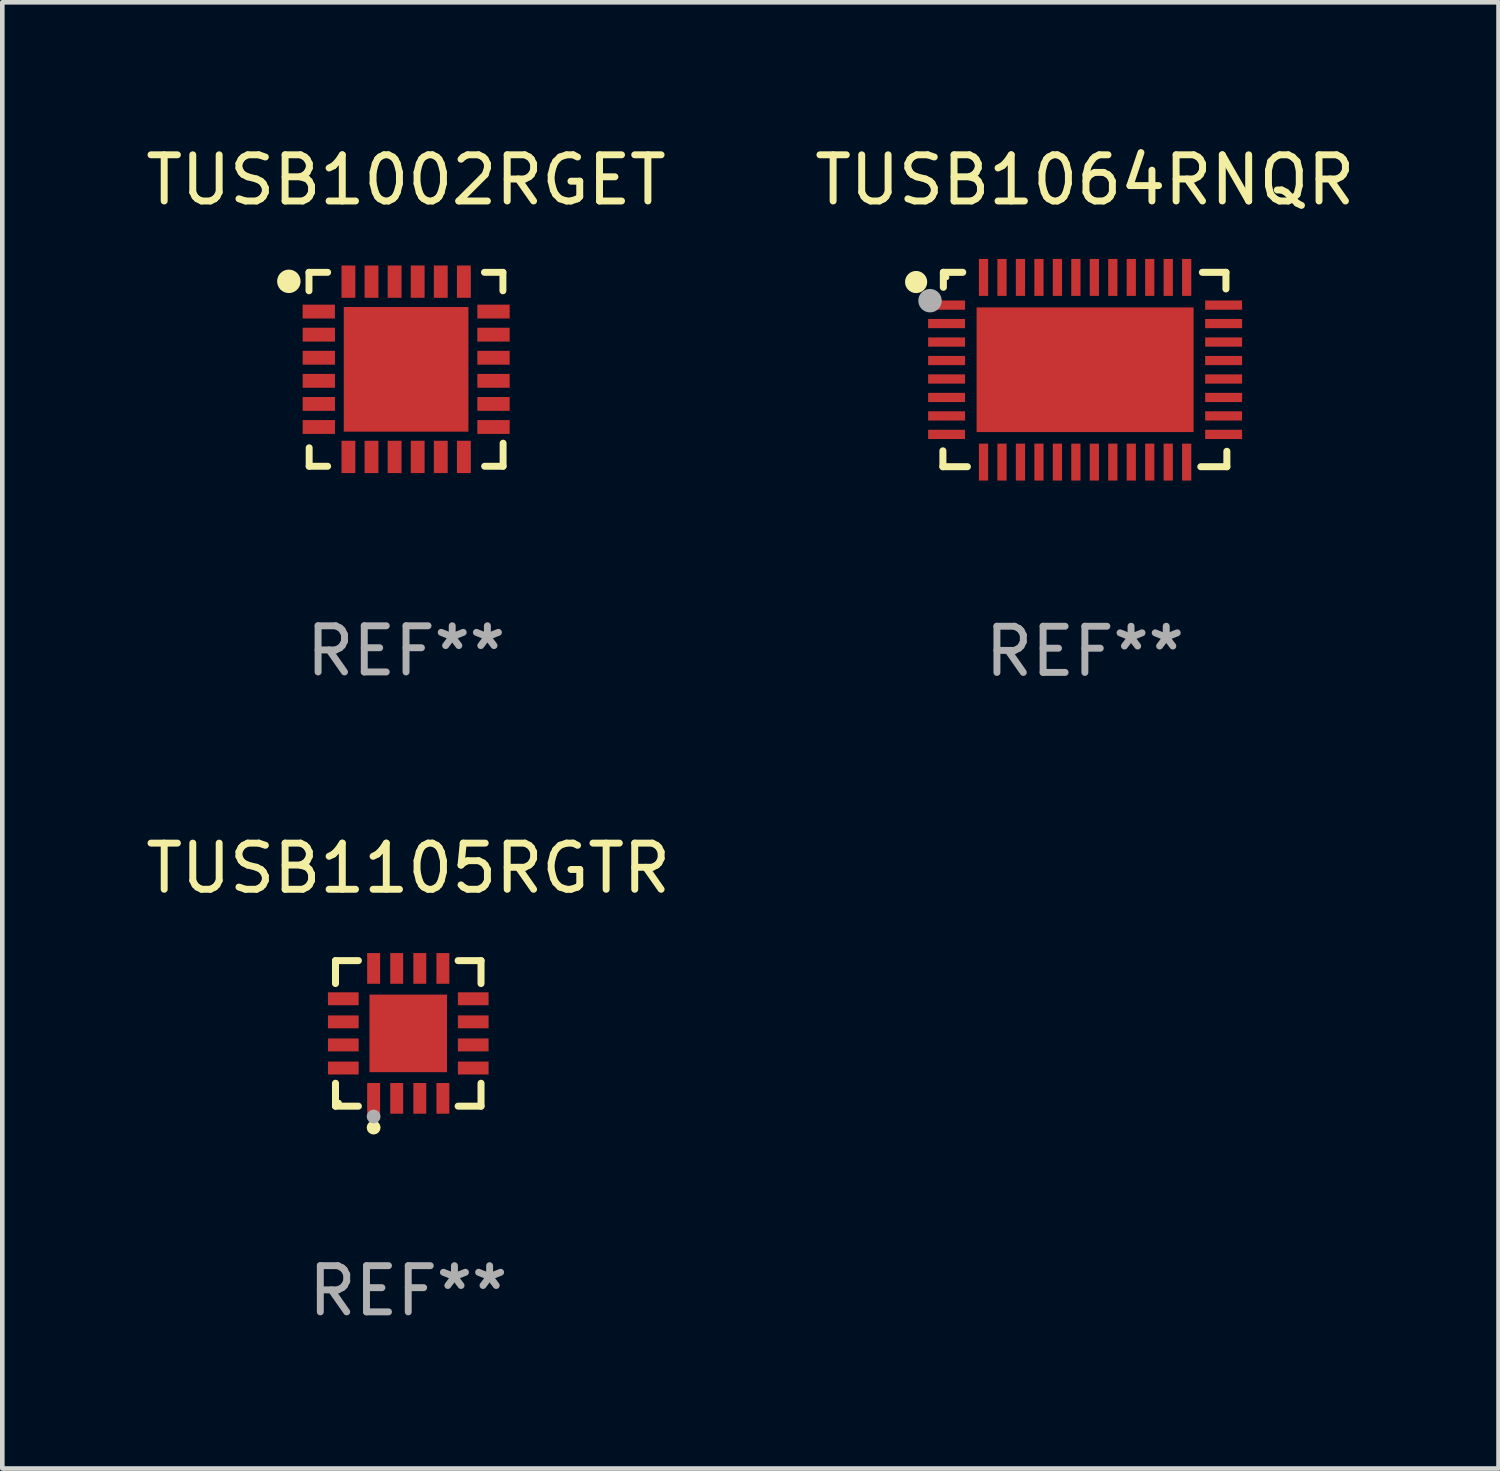
<source format=kicad_pcb>
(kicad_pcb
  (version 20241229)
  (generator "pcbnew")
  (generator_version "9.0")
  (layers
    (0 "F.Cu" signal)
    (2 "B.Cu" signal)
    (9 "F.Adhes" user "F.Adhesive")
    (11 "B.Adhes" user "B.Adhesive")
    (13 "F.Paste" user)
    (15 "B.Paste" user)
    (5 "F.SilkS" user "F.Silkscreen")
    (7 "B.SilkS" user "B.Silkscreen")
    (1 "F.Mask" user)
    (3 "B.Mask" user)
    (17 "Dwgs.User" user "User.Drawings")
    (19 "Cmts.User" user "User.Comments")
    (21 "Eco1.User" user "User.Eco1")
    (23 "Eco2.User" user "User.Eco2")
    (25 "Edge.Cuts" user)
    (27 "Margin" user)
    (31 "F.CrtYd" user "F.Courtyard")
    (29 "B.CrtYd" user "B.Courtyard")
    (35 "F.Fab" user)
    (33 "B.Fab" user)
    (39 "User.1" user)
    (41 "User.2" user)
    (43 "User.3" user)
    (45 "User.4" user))
  (footprint "TUSB1002RGET"
    (layer "F.Cu")
    (at 5.744 4.948)
    (property "Reference" "TUSB1002RGET" (at 0 -4.1 0) (layer "F.SilkS") (effects (font (size 1 1) (thickness 0.15))))
    (attr through_hole)
    (fp_line (start -2.102 -2.1) (end -1.698 -2.1) (stroke (width 0.15) (type solid)) (layer "F.SilkS"))
    (fp_line (start -2.102 -1.7) (end -2.102 -2.1) (stroke (width 0.15) (type solid)) (layer "F.SilkS"))
    (fp_line (start -2.098 1.7) (end -2.098 2.1) (stroke (width 0.15) (type solid)) (layer "F.SilkS"))
    (fp_line (start -2.098 2.1) (end -1.698 2.1) (stroke (width 0.15) (type solid)) (layer "F.SilkS"))
    (fp_line (start 1.698 -2.1) (end 2.098 -2.1) (stroke (width 0.15) (type solid)) (layer "F.SilkS"))
    (fp_line (start 2.098 -2.1) (end 2.098 -1.7) (stroke (width 0.15) (type solid)) (layer "F.SilkS"))
    (fp_line (start 2.102 1.6) (end 2.102 2.1) (stroke (width 0.15) (type solid)) (layer "F.SilkS"))
    (fp_line (start 2.102 2.1) (end 1.702 2.1) (stroke (width 0.15) (type solid)) (layer "F.SilkS"))
    (fp_circle (center -2.538 -1.905) (end -2.411 -1.905) (stroke (width 0.254) (type solid)) (fill no) (layer "F.SilkS"))
    (fp_text user "REF**" (at 0 6.1 0) (layer "F.Fab") (effects (font (size 1 1) (thickness 0.15))))
    (pad "1" smd rect (at -1.89 -1.25 90) (size 0.3 0.7) (layers "F.Cu" "F.Mask" "F.Paste"))
    (pad "2" smd rect (at -1.889 -0.75 90) (size 0.3 0.7) (layers "F.Cu" "F.Mask" "F.Paste"))
    (pad "3" smd rect (at -1.889 -0.25 90) (size 0.3 0.7) (layers "F.Cu" "F.Mask" "F.Paste"))
    (pad "4" smd rect (at -1.889 0.25 90) (size 0.3 0.7) (layers "F.Cu" "F.Mask" "F.Paste"))
    (pad "5" smd rect (at -1.889 0.75 90) (size 0.3 0.7) (layers "F.Cu" "F.Mask" "F.Paste"))
    (pad "6" smd rect (at -1.889 1.25 90) (size 0.3 0.7) (layers "F.Cu" "F.Mask" "F.Paste"))
    (pad "7" smd rect (at -1.248 1.898 180) (size 0.3 0.7) (layers "F.Cu" "F.Mask" "F.Paste"))
    (pad "8" smd rect (at -0.748 1.898 180) (size 0.3 0.7) (layers "F.Cu" "F.Mask" "F.Paste"))
    (pad "9" smd rect (at -0.248 1.898 180) (size 0.3 0.7) (layers "F.Cu" "F.Mask" "F.Paste"))
    (pad "10" smd rect (at 0.252 1.898 180) (size 0.3 0.7) (layers "F.Cu" "F.Mask" "F.Paste"))
    (pad "11" smd rect (at 0.752 1.898 180) (size 0.3 0.7) (layers "F.Cu" "F.Mask" "F.Paste"))
    (pad "12" smd rect (at 1.252 1.898 180) (size 0.3 0.7) (layers "F.Cu" "F.Mask" "F.Paste"))
    (pad "13" smd rect (at 1.894 1.25 270) (size 0.3 0.7) (layers "F.Cu" "F.Mask" "F.Paste"))
    (pad "14" smd rect (at 1.894 0.75 270) (size 0.3 0.7) (layers "F.Cu" "F.Mask" "F.Paste"))
    (pad "15" smd rect (at 1.894 0.25 270) (size 0.3 0.7) (layers "F.Cu" "F.Mask" "F.Paste"))
    (pad "16" smd rect (at 1.894 -0.25 270) (size 0.3 0.7) (layers "F.Cu" "F.Mask" "F.Paste"))
    (pad "17" smd rect (at 1.894 -0.75 270) (size 0.3 0.7) (layers "F.Cu" "F.Mask" "F.Paste"))
    (pad "18" smd rect (at 1.894 -1.25 270) (size 0.3 0.7) (layers "F.Cu" "F.Mask" "F.Paste"))
    (pad "19" smd rect (at 1.252 -1.898) (size 0.3 0.7) (layers "F.Cu" "F.Mask" "F.Paste"))
    (pad "20" smd rect (at 0.752 -1.898) (size 0.3 0.7) (layers "F.Cu" "F.Mask" "F.Paste"))
    (pad "21" smd rect (at 0.252 -1.898) (size 0.3 0.7) (layers "F.Cu" "F.Mask" "F.Paste"))
    (pad "22" smd rect (at -0.248 -1.898) (size 0.3 0.7) (layers "F.Cu" "F.Mask" "F.Paste"))
    (pad "23" smd rect (at -0.748 -1.898) (size 0.3 0.7) (layers "F.Cu" "F.Mask" "F.Paste"))
    (pad "24" smd rect (at -1.248 -1.898) (size 0.3 0.7) (layers "F.Cu" "F.Mask" "F.Paste"))
    (pad "25" smd rect (at 0.001 0.001) (size 2.7 2.7) (layers "F.Cu" "F.Mask" "F.Paste")))
  (footprint "TUSB1105RGTR"
    (layer "F.Cu")
    (at 5.792 19.331)
    (property "Reference" "TUSB1105RGTR" (at 0 -3.576 0) (layer "F.SilkS") (effects (font (size 1 1) (thickness 0.15))))
    (attr through_hole)
    (fp_line (start -1.576 -1.576) (end -1.08 -1.576) (stroke (width 0.152) (type solid)) (layer "F.SilkS"))
    (fp_line (start -1.576 -1.08) (end -1.576 -1.576) (stroke (width 0.152) (type solid)) (layer "F.SilkS"))
    (fp_line (start -1.576 1.08) (end -1.576 1.576) (stroke (width 0.152) (type solid)) (layer "F.SilkS"))
    (fp_line (start -1.576 1.576) (end -1.08 1.576) (stroke (width 0.152) (type solid)) (layer "F.SilkS"))
    (fp_line (start 1.576 -1.576) (end 1.08 -1.576) (stroke (width 0.152) (type solid)) (layer "F.SilkS"))
    (fp_line (start 1.576 -1.08) (end 1.576 -1.576) (stroke (width 0.152) (type solid)) (layer "F.SilkS"))
    (fp_line (start 1.576 1.08) (end 1.576 1.576) (stroke (width 0.152) (type solid)) (layer "F.SilkS"))
    (fp_line (start 1.576 1.576) (end 1.08 1.576) (stroke (width 0.152) (type solid)) (layer "F.SilkS"))
    (fp_circle (center -1.5 1.5) (end -1.47 1.5) (stroke (width 0.06) (type solid)) (fill no) (layer "F.SilkS"))
    (fp_circle (center -0.75 2.04) (end -0.675 2.04) (stroke (width 0.15) (type solid)) (fill no) (layer "F.SilkS"))
    (fp_circle (center -0.75 1.8) (end -0.675 1.8) (stroke (width 0.15) (type solid)) (fill no) (layer "F.Fab"))
    (fp_text user "REF**" (at 0 5.576 0) (layer "F.Fab") (effects (font (size 1 1) (thickness 0.15))))
    (pad "1" smd rect (at -0.75 1.407) (size 0.28 0.665) (layers "F.Cu" "F.Mask" "F.Paste"))
    (pad "2" smd rect (at -0.25 1.407) (size 0.28 0.665) (layers "F.Cu" "F.Mask" "F.Paste"))
    (pad "3" smd rect (at 0.25 1.407) (size 0.28 0.665) (layers "F.Cu" "F.Mask" "F.Paste"))
    (pad "4" smd rect (at 0.75 1.407) (size 0.28 0.665) (layers "F.Cu" "F.Mask" "F.Paste"))
    (pad "5" smd rect (at 1.407 0.75) (size 0.665 0.28) (layers "F.Cu" "F.Mask" "F.Paste"))
    (pad "6" smd rect (at 1.407 0.25) (size 0.665 0.28) (layers "F.Cu" "F.Mask" "F.Paste"))
    (pad "7" smd rect (at 1.407 -0.25) (size 0.665 0.28) (layers "F.Cu" "F.Mask" "F.Paste"))
    (pad "8" smd rect (at 1.407 -0.75) (size 0.665 0.28) (layers "F.Cu" "F.Mask" "F.Paste"))
    (pad "9" smd rect (at 0.75 -1.407) (size 0.28 0.665) (layers "F.Cu" "F.Mask" "F.Paste"))
    (pad "10" smd rect (at 0.25 -1.407) (size 0.28 0.665) (layers "F.Cu" "F.Mask" "F.Paste"))
    (pad "11" smd rect (at -0.25 -1.407) (size 0.28 0.665) (layers "F.Cu" "F.Mask" "F.Paste"))
    (pad "12" smd rect (at -0.75 -1.407) (size 0.28 0.665) (layers "F.Cu" "F.Mask" "F.Paste"))
    (pad "13" smd rect (at -1.407 -0.75) (size 0.665 0.28) (layers "F.Cu" "F.Mask" "F.Paste"))
    (pad "14" smd rect (at -1.407 -0.25) (size 0.665 0.28) (layers "F.Cu" "F.Mask" "F.Paste"))
    (pad "15" smd rect (at -1.407 0.25) (size 0.665 0.28) (layers "F.Cu" "F.Mask" "F.Paste"))
    (pad "16" smd rect (at -1.407 0.75) (size 0.665 0.28) (layers "F.Cu" "F.Mask" "F.Paste"))
    (pad "17" smd rect (at 0 0) (size 1.68 1.68) (layers "F.Cu" "F.Mask" "F.Paste")))
  (footprint "TUSB1064RNQR"
    (layer "F.Cu")
    (at 20.446 4.953)
    (property "Reference" "TUSB1064RNQR" (at 0 -4.105 0) (layer "F.SilkS") (effects (font (size 1 1) (thickness 0.15))))
    (attr through_hole)
    (fp_line (start -3.075 2.105) (end -3.075 1.761) (stroke (width 0.152) (type solid)) (layer "F.SilkS"))
    (fp_line (start -3.065 -2.105) (end -2.645 -2.105) (stroke (width 0.152) (type solid)) (layer "F.SilkS"))
    (fp_line (start -3.065 -1.781) (end -3.065 -2.105) (stroke (width 0.152) (type solid)) (layer "F.SilkS"))
    (fp_line (start -2.545 2.105) (end -3.075 2.105) (stroke (width 0.152) (type solid)) (layer "F.SilkS"))
    (fp_line (start 2.545 -2.105) (end 3.055 -2.105) (stroke (width 0.152) (type solid)) (layer "F.SilkS"))
    (fp_line (start 3.055 -2.105) (end 3.055 -1.745) (stroke (width 0.152) (type solid)) (layer "F.SilkS"))
    (fp_line (start 3.075 1.771) (end 3.075 2.105) (stroke (width 0.152) (type solid)) (layer "F.SilkS"))
    (fp_line (start 3.075 2.105) (end 2.511 2.105) (stroke (width 0.152) (type solid)) (layer "F.SilkS"))
    (fp_circle (center -3.655 -1.895) (end -3.535 -1.895) (stroke (width 0.24) (type solid)) (fill no) (layer "F.SilkS"))
    (fp_circle (center -2.995 -1.995) (end -2.965 -1.995) (stroke (width 0.06) (type solid)) (fill no) (layer "F.SilkS"))
    (fp_circle (center -3.354 -1.491) (end -3.227 -1.491) (stroke (width 0.254) (type solid)) (fill no) (layer "F.Fab"))
    (fp_text user "REF**" (at 0 6.105 0) (layer "F.Fab") (effects (font (size 1 1) (thickness 0.15))))
    (pad "1" smd rect (at -2.995 -1.395) (size 0.8 0.2) (layers "F.Cu" "F.Mask" "F.Paste"))
    (pad "2" smd rect (at -2.995 -0.995) (size 0.8 0.2) (layers "F.Cu" "F.Mask" "F.Paste"))
    (pad "3" smd rect (at -2.995 -0.595) (size 0.8 0.2) (layers "F.Cu" "F.Mask" "F.Paste"))
    (pad "4" smd rect (at -2.995 -0.195) (size 0.8 0.2) (layers "F.Cu" "F.Mask" "F.Paste"))
    (pad "5" smd rect (at -2.995 0.205) (size 0.8 0.2) (layers "F.Cu" "F.Mask" "F.Paste"))
    (pad "6" smd rect (at -2.995 0.605) (size 0.8 0.2) (layers "F.Cu" "F.Mask" "F.Paste"))
    (pad "7" smd rect (at -2.995 1.005) (size 0.8 0.2) (layers "F.Cu" "F.Mask" "F.Paste"))
    (pad "8" smd rect (at -2.995 1.405) (size 0.8 0.2) (layers "F.Cu" "F.Mask" "F.Paste"))
    (pad "9" smd rect (at -2.195 2.005) (size 0.2 0.8) (layers "F.Cu" "F.Mask" "F.Paste"))
    (pad "10" smd rect (at -1.795 2.005) (size 0.2 0.8) (layers "F.Cu" "F.Mask" "F.Paste"))
    (pad "11" smd rect (at -1.395 2.005) (size 0.2 0.8) (layers "F.Cu" "F.Mask" "F.Paste"))
    (pad "12" smd rect (at -0.995 2.005) (size 0.2 0.8) (layers "F.Cu" "F.Mask" "F.Paste"))
    (pad "13" smd rect (at -0.595 2.005) (size 0.2 0.8) (layers "F.Cu" "F.Mask" "F.Paste"))
    (pad "14" smd rect (at -0.195 2.005) (size 0.2 0.8) (layers "F.Cu" "F.Mask" "F.Paste"))
    (pad "15" smd rect (at 0.205 2.005) (size 0.2 0.8) (layers "F.Cu" "F.Mask" "F.Paste"))
    (pad "16" smd rect (at 0.605 2.005) (size 0.2 0.8) (layers "F.Cu" "F.Mask" "F.Paste"))
    (pad "17" smd rect (at 1.005 2.005) (size 0.2 0.8) (layers "F.Cu" "F.Mask" "F.Paste"))
    (pad "18" smd rect (at 1.405 2.005) (size 0.2 0.8) (layers "F.Cu" "F.Mask" "F.Paste"))
    (pad "19" smd rect (at 1.805 2.005) (size 0.2 0.8) (layers "F.Cu" "F.Mask" "F.Paste"))
    (pad "20" smd rect (at 2.205 2.005) (size 0.2 0.8) (layers "F.Cu" "F.Mask" "F.Paste"))
    (pad "21" smd rect (at 3.005 1.405) (size 0.8 0.2) (layers "F.Cu" "F.Mask" "F.Paste"))
    (pad "22" smd rect (at 3.005 1.005) (size 0.8 0.2) (layers "F.Cu" "F.Mask" "F.Paste"))
    (pad "23" smd rect (at 3.005 0.605) (size 0.8 0.2) (layers "F.Cu" "F.Mask" "F.Paste"))
    (pad "24" smd rect (at 3.005 0.205) (size 0.8 0.2) (layers "F.Cu" "F.Mask" "F.Paste"))
    (pad "25" smd rect (at 3.005 -0.195) (size 0.8 0.2) (layers "F.Cu" "F.Mask" "F.Paste"))
    (pad "26" smd rect (at 3.005 -0.595) (size 0.8 0.2) (layers "F.Cu" "F.Mask" "F.Paste"))
    (pad "27" smd rect (at 3.005 -0.995) (size 0.8 0.2) (layers "F.Cu" "F.Mask" "F.Paste"))
    (pad "28" smd rect (at 3.005 -1.395) (size 0.8 0.2) (layers "F.Cu" "F.Mask" "F.Paste"))
    (pad "29" smd rect (at 2.205 -1.995) (size 0.2 0.8) (layers "F.Cu" "F.Mask" "F.Paste"))
    (pad "30" smd rect (at 1.805 -1.995) (size 0.2 0.8) (layers "F.Cu" "F.Mask" "F.Paste"))
    (pad "31" smd rect (at 1.405 -1.995) (size 0.2 0.8) (layers "F.Cu" "F.Mask" "F.Paste"))
    (pad "32" smd rect (at 1.005 -1.995) (size 0.2 0.8) (layers "F.Cu" "F.Mask" "F.Paste"))
    (pad "33" smd rect (at 0.605 -1.995) (size 0.2 0.8) (layers "F.Cu" "F.Mask" "F.Paste"))
    (pad "34" smd rect (at 0.205 -1.995) (size 0.2 0.8) (layers "F.Cu" "F.Mask" "F.Paste"))
    (pad "35" smd rect (at -0.195 -1.995) (size 0.2 0.8) (layers "F.Cu" "F.Mask" "F.Paste"))
    (pad "36" smd rect (at -0.595 -1.995) (size 0.2 0.8) (layers "F.Cu" "F.Mask" "F.Paste"))
    (pad "37" smd rect (at -0.995 -1.995) (size 0.2 0.8) (layers "F.Cu" "F.Mask" "F.Paste"))
    (pad "38" smd rect (at -1.395 -1.995) (size 0.2 0.8) (layers "F.Cu" "F.Mask" "F.Paste"))
    (pad "39" smd rect (at -1.795 -1.995) (size 0.2 0.8) (layers "F.Cu" "F.Mask" "F.Paste"))
    (pad "40" smd rect (at -2.195 -1.995) (size 0.2 0.8) (layers "F.Cu" "F.Mask" "F.Paste"))
    (pad "41" smd rect (at 0.005 0.005) (size 4.7 2.7) (layers "F.Cu" "F.Mask" "F.Paste")))
  (gr_rect
    (start -3 -3)
    (end 29.405 28.755)
    (stroke (width 0.1) (type default))
    (fill no)
    (layer "Edge.Cuts")))
</source>
